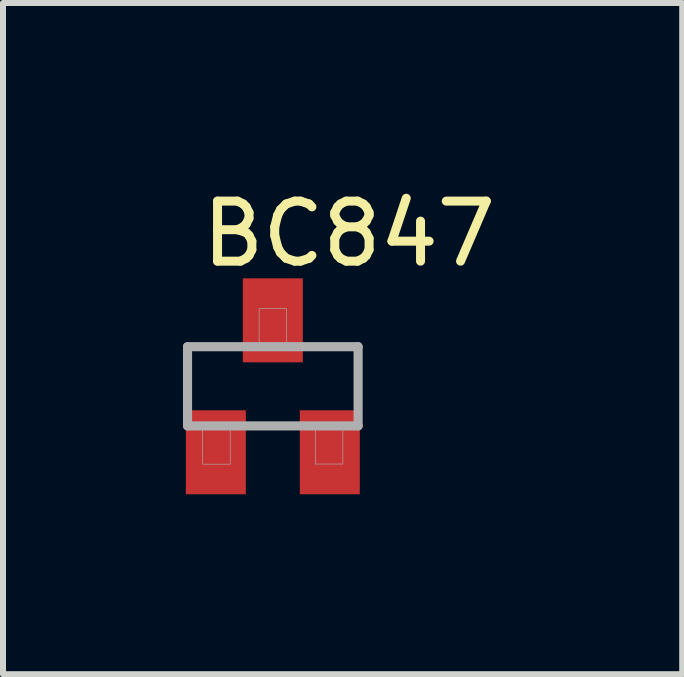
<source format=kicad_pcb>
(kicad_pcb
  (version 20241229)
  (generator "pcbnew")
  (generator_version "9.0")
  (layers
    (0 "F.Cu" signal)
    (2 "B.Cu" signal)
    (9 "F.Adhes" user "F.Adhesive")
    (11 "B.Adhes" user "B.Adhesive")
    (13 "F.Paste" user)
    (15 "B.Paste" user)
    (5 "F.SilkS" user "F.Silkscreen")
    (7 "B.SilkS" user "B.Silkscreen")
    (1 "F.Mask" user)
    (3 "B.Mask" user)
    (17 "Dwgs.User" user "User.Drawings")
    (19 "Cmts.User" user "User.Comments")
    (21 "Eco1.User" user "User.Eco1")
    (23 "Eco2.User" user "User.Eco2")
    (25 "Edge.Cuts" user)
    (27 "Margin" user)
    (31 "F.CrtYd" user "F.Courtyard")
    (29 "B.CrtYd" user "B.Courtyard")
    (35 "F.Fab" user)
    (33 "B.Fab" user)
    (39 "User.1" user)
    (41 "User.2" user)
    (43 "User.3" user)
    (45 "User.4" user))
  (footprint "BC847"
    (layer "F.Cu")
    (at 1.499 3.391)
    (property "Reference" "BC847" (at 1.271 -2.542 0) (layer "F.SilkS") (effects (font (size 1.001 1.001) (thickness 0.15))))
    (attr through_hole)
    (fp_line (start -1.422 -0.66) (end 1.422 -0.66) (stroke (width 0.152) (type solid)) (layer "F.Fab"))
    (fp_line (start -1.422 0.66) (end -1.422 -0.66) (stroke (width 0.152) (type solid)) (layer "F.Fab"))
    (fp_line (start 1.422 -0.66) (end 1.422 0.66) (stroke (width 0.152) (type solid)) (layer "F.Fab"))
    (fp_line (start 1.422 0.66) (end -1.422 0.66) (stroke (width 0.152) (type solid)) (layer "F.Fab"))
    (fp_poly (pts (xy -1.17 0.711) (xy -0.711 0.711) (xy -0.711 1.298) (xy -1.17 1.298)) (stroke (width 0.01) (type solid)) (fill no) (layer "F.Fab"))
    (fp_poly (pts (xy -0.229 -1.295) (xy 0.229 -1.295) (xy 0.229 -0.712) (xy -0.229 -0.712)) (stroke (width 0.01) (type solid)) (fill no) (layer "F.Fab"))
    (fp_poly (pts (xy 0.712 0.711) (xy 1.168 0.711) (xy 1.168 1.296) (xy 0.712 1.296)) (stroke (width 0.01) (type solid)) (fill no) (layer "F.Fab"))
    (pad "1" smd rect (at -0.95 1.1) (size 1 1.4) (layers "F.Cu" "F.Mask" "F.Paste"))
    (pad "2" smd rect (at 0.95 1.1) (size 1 1.4) (layers "F.Cu" "F.Mask" "F.Paste"))
    (pad "3" smd rect (at 0 -1.1) (size 1 1.4) (layers "F.Cu" "F.Mask" "F.Paste")))
  (gr_rect
    (start -3 -3)
    (end 8.325 8.191)
    (stroke (width 0.1) (type default))
    (fill no)
    (layer "Edge.Cuts")))
</source>
